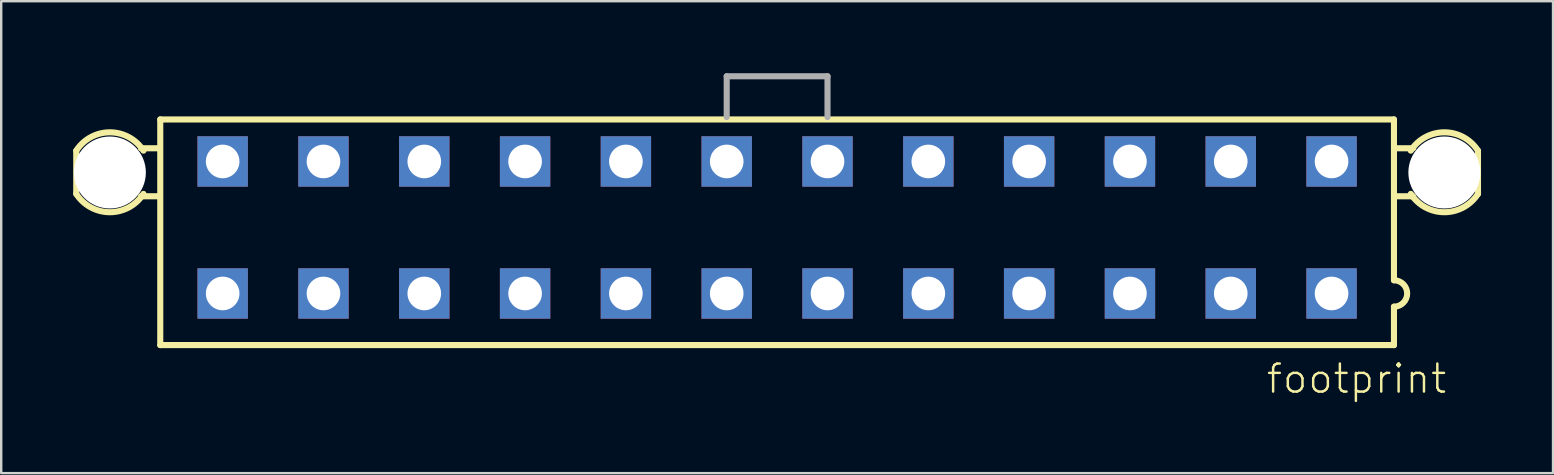
<source format=kicad_pcb>
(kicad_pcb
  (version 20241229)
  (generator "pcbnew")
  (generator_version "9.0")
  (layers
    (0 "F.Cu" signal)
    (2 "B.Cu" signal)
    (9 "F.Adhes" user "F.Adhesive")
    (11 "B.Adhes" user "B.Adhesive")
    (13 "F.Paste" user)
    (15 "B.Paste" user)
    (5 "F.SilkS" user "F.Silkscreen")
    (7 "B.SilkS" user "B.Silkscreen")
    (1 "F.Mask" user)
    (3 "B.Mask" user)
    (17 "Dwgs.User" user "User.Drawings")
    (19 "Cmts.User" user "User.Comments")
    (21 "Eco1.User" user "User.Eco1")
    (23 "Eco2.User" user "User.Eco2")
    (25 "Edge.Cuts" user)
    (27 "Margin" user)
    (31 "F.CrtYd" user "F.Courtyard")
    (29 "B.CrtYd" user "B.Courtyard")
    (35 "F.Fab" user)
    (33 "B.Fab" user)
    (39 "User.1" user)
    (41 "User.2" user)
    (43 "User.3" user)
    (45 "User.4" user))
  (footprint "footprint"
    (layer "F.Cu")
    (at 29.327 6.427)
    (property "Reference" "footprint" (at 20.32 6.985 0) (layer "F.SilkS") (effects (font (size 1.168 1.168) (thickness 0.102)) (justify left bottom)))
    (fp_line (start -29.2 -3.2) (end -29.2 -1.4) (stroke (width 0.254) (type solid)) (layer "F.SilkS"))
    (fp_line (start -26.5 -3.3) (end -25.8 -3.3) (stroke (width 0.254) (type solid)) (layer "F.SilkS"))
    (fp_line (start -26.5 -1.3) (end -25.8 -1.3) (stroke (width 0.254) (type solid)) (layer "F.SilkS"))
    (fp_line (start -25.7 -4.5) (end 25.7 -4.5) (stroke (width 0.254) (type solid)) (layer "F.SilkS"))
    (fp_line (start -25.7 4.9) (end -25.7 -4.5) (stroke (width 0.254) (type solid)) (layer "F.SilkS"))
    (fp_line (start 25.7 -4.5) (end 25.7 2.2) (stroke (width 0.254) (type solid)) (layer "F.SilkS"))
    (fp_line (start 25.7 3.3) (end 25.7 4.9) (stroke (width 0.254) (type solid)) (layer "F.SilkS"))
    (fp_line (start 25.7 4.9) (end -25.7 4.9) (stroke (width 0.254) (type solid)) (layer "F.SilkS"))
    (fp_line (start 26.5 -3.3) (end 25.8 -3.3) (stroke (width 0.254) (type solid)) (layer "F.SilkS"))
    (fp_line (start 26.5 -1.3) (end 25.8 -1.3) (stroke (width 0.254) (type solid)) (layer "F.SilkS"))
    (fp_line (start 29.2 -1.4) (end 29.2 -3.2) (stroke (width 0.254) (type solid)) (layer "F.SilkS"))
    (fp_arc (start -29.2 -3.2) (mid -27.799999 -3.964331) (end -26.399999 -3.199999) (stroke (width 0.254) (type solid)) (layer "F.SilkS"))
    (fp_arc (start -26.4 -1.4) (mid -27.8 -0.635668) (end -29.2 -1.4) (stroke (width 0.254) (type solid)) (layer "F.SilkS"))
    (fp_arc (start 25.7 2.2) (mid 26.25 2.75) (end 25.7 3.3) (stroke (width 0.254) (type solid)) (layer "F.SilkS"))
    (fp_arc (start 26.4 -3.2) (mid 27.800001 -3.964331) (end 29.200001 -3.199999) (stroke (width 0.254) (type solid)) (layer "F.SilkS"))
    (fp_arc (start 29.2 -1.4) (mid 27.8 -0.635668) (end 26.4 -1.4) (stroke (width 0.254) (type solid)) (layer "F.SilkS"))
    (fp_line (start -2.1 -6.3) (end -2.1 -4.6) (stroke (width 0.254) (type solid)) (layer "F.Fab"))
    (fp_line (start -2.1 -6.3) (end 2.1 -6.3) (stroke (width 0.254) (type solid)) (layer "F.Fab"))
    (fp_line (start 2.1 -6.3) (end 2.1 -4.6) (stroke (width 0.254) (type solid)) (layer "F.Fab"))
    (pad "" np_thru_hole circle (at -27.8 -2.29) (size 3 3) (drill 3) (layers "*.Cu" "*.Mask"))
    (pad "" np_thru_hole circle (at 27.8 -2.29) (size 3 3) (drill 3) (layers "*.Cu" "*.Mask"))
    (pad "1" thru_hole rect (at 23.1 2.75) (size 2.1 2.1) (drill 1.4) (layers "*.Cu" "*.Mask"))
    (pad "2" thru_hole rect (at 18.9 2.75) (size 2.1 2.1) (drill 1.4) (layers "*.Cu" "*.Mask"))
    (pad "3" thru_hole rect (at 14.7 2.75) (size 2.1 2.1) (drill 1.4) (layers "*.Cu" "*.Mask"))
    (pad "4" thru_hole rect (at 10.5 2.75) (size 2.1 2.1) (drill 1.4) (layers "*.Cu" "*.Mask"))
    (pad "5" thru_hole rect (at 6.3 2.75) (size 2.1 2.1) (drill 1.4) (layers "*.Cu" "*.Mask"))
    (pad "6" thru_hole rect (at 2.1 2.75) (size 2.1 2.1) (drill 1.4) (layers "*.Cu" "*.Mask"))
    (pad "7" thru_hole rect (at -2.1 2.75) (size 2.1 2.1) (drill 1.4) (layers "*.Cu" "*.Mask"))
    (pad "8" thru_hole rect (at -6.3 2.75) (size 2.1 2.1) (drill 1.4) (layers "*.Cu" "*.Mask"))
    (pad "9" thru_hole rect (at -10.5 2.75) (size 2.1 2.1) (drill 1.4) (layers "*.Cu" "*.Mask"))
    (pad "10" thru_hole rect (at -14.7 2.75) (size 2.1 2.1) (drill 1.4) (layers "*.Cu" "*.Mask"))
    (pad "11" thru_hole rect (at -18.9 2.75) (size 2.1 2.1) (drill 1.4) (layers "*.Cu" "*.Mask"))
    (pad "12" thru_hole rect (at -23.1 2.75) (size 2.1 2.1) (drill 1.4) (layers "*.Cu" "*.Mask"))
    (pad "13" thru_hole rect (at 23.1 -2.75) (size 2.1 2.1) (drill 1.4) (layers "*.Cu" "*.Mask"))
    (pad "14" thru_hole rect (at 18.9 -2.75) (size 2.1 2.1) (drill 1.4) (layers "*.Cu" "*.Mask"))
    (pad "15" thru_hole rect (at 14.7 -2.75) (size 2.1 2.1) (drill 1.4) (layers "*.Cu" "*.Mask"))
    (pad "16" thru_hole rect (at 10.5 -2.75) (size 2.1 2.1) (drill 1.4) (layers "*.Cu" "*.Mask"))
    (pad "17" thru_hole rect (at 6.3 -2.75) (size 2.1 2.1) (drill 1.4) (layers "*.Cu" "*.Mask"))
    (pad "18" thru_hole rect (at 2.1 -2.75) (size 2.1 2.1) (drill 1.4) (layers "*.Cu" "*.Mask"))
    (pad "19" thru_hole rect (at -2.1 -2.75) (size 2.1 2.1) (drill 1.4) (layers "*.Cu" "*.Mask"))
    (pad "20" thru_hole rect (at -6.3 -2.75) (size 2.1 2.1) (drill 1.4) (layers "*.Cu" "*.Mask"))
    (pad "21" thru_hole rect (at -10.5 -2.75) (size 2.1 2.1) (drill 1.4) (layers "*.Cu" "*.Mask"))
    (pad "22" thru_hole rect (at -14.7 -2.75) (size 2.1 2.1) (drill 1.4) (layers "*.Cu" "*.Mask"))
    (pad "23" thru_hole rect (at -18.9 -2.75) (size 2.1 2.1) (drill 1.4) (layers "*.Cu" "*.Mask"))
    (pad "24" thru_hole rect (at -23.1 -2.75) (size 2.1 2.1) (drill 1.4) (layers "*.Cu" "*.Mask")))
  (gr_rect
    (start -3 -3)
    (end 61.654 16.662)
    (stroke (width 0.1) (type default))
    (fill no)
    (layer "Edge.Cuts")))
</source>
